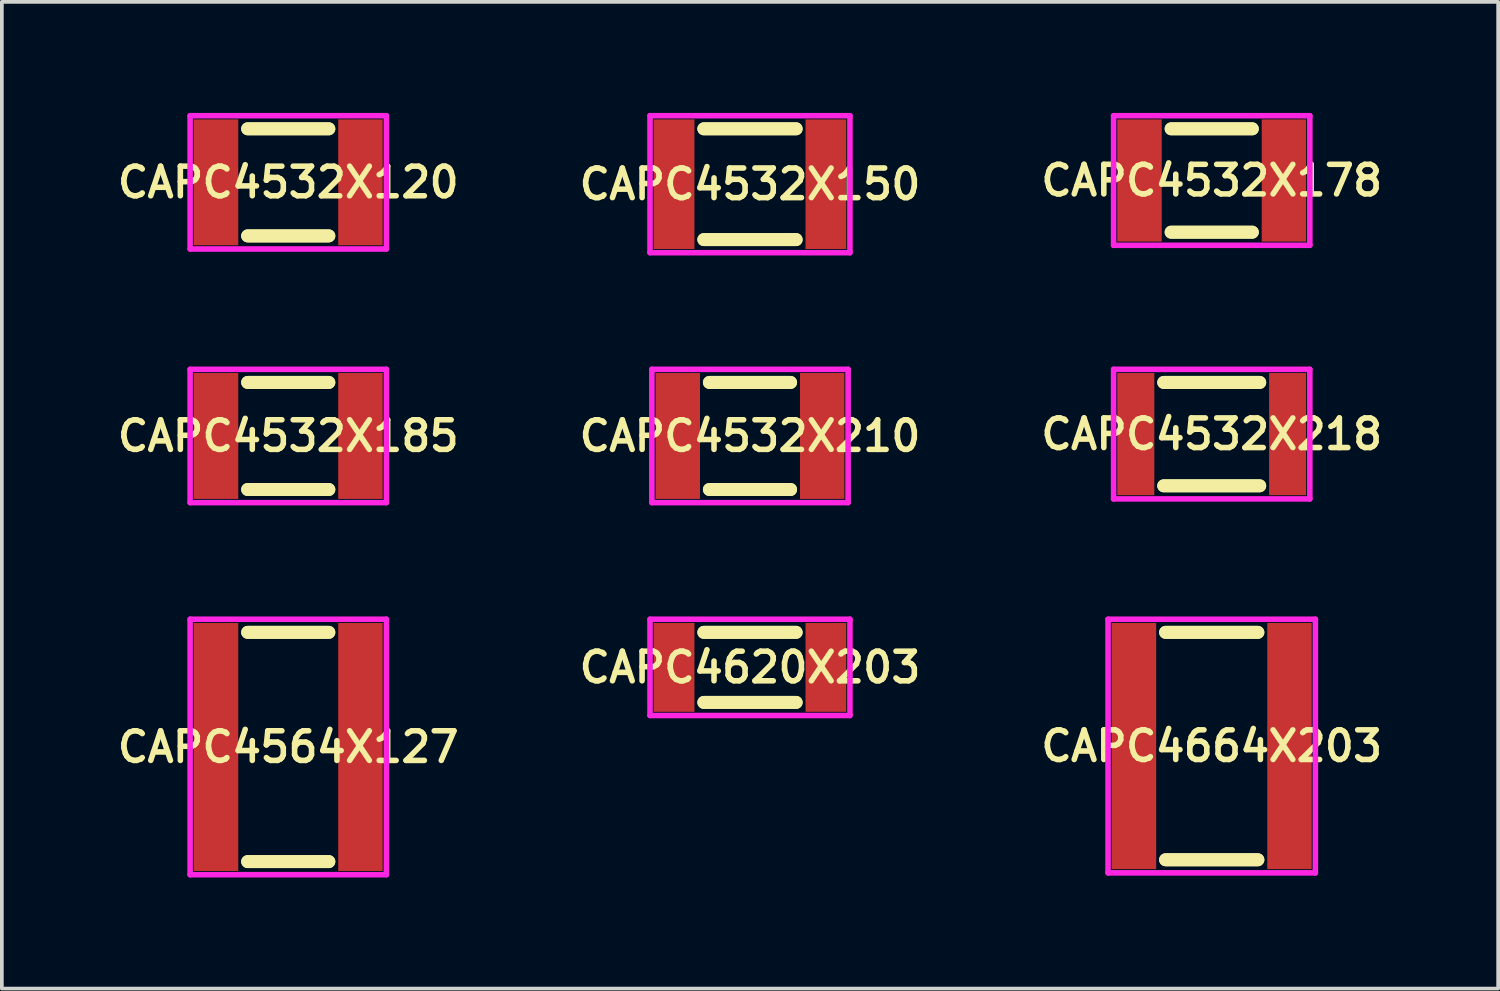
<source format=kicad_pcb>
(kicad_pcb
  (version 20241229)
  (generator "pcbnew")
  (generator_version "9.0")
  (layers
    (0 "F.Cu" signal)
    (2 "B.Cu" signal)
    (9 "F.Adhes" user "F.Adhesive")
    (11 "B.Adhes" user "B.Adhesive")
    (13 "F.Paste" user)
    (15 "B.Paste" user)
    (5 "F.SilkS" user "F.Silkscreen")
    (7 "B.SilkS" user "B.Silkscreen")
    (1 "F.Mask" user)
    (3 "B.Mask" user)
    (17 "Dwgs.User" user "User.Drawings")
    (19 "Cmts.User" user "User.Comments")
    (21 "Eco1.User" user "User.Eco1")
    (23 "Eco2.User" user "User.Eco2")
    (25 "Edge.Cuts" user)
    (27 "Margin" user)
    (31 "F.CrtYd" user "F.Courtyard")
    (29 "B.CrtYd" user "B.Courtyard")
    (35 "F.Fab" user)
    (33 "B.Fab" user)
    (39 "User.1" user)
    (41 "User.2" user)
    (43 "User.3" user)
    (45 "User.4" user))
  (footprint "CAPC4664X203"
    (layer "F.Cu")
    (at 29.677 17.1)
    (property "Reference" "CAPC4664X203" (at 0 0 0) (layer "F.SilkS") (effects (font (size 0.8 0.8) (thickness 0.15))))
    (attr through_hole)
    (fp_line (start -1.246 -3.071) (end 1.246 -3.071) (stroke (width 0.35) (type solid)) (layer "F.SilkS"))
    (fp_line (start -1.246 3.071) (end 1.246 3.071) (stroke (width 0.35) (type solid)) (layer "F.SilkS"))
    (fp_line (start 1.246 -3.071) (end -1.246 -3.071) (stroke (width 0.35) (type solid)) (layer "F.SilkS"))
    (fp_line (start 1.246 3.071) (end -1.246 3.071) (stroke (width 0.35) (type solid)) (layer "F.SilkS"))
    (fp_line (start -2.8 -3.425) (end 2.8 -3.425) (stroke (width 0.15) (type solid)) (layer "F.CrtYd"))
    (fp_line (start -2.8 3.425) (end -2.8 -3.425) (stroke (width 0.15) (type solid)) (layer "F.CrtYd"))
    (fp_line (start 2.8 -3.425) (end 2.8 3.425) (stroke (width 0.15) (type solid)) (layer "F.CrtYd"))
    (fp_line (start 2.8 3.425) (end -2.8 3.425) (stroke (width 0.15) (type solid)) (layer "F.CrtYd"))
    (pad "1" smd rect (at -2.1 0) (size 1.2 6.65) (layers "F.Cu" "F.Mask" "F.Paste"))
    (pad "2" smd rect (at 2.1 0) (size 1.2 6.65) (layers "F.Cu" "F.Mask" "F.Paste")))
  (footprint "CAPC4532X150"
    (layer "F.Cu")
    (at 17.206 1.925)
    (property "Reference" "CAPC4532X150" (at 0 0 0) (layer "F.SilkS") (effects (font (size 0.8 0.8) (thickness 0.15))))
    (attr smd)
    (fp_line (start -1.246 -1.496) (end 1.246 -1.496) (stroke (width 0.35) (type solid)) (layer "F.SilkS"))
    (fp_line (start -1.246 1.496) (end 1.246 1.496) (stroke (width 0.35) (type solid)) (layer "F.SilkS"))
    (fp_line (start 1.246 -1.496) (end -1.246 -1.496) (stroke (width 0.35) (type solid)) (layer "F.SilkS"))
    (fp_line (start 1.246 1.496) (end -1.246 1.496) (stroke (width 0.35) (type solid)) (layer "F.SilkS"))
    (fp_line (start -2.7 -1.85) (end 2.7 -1.85) (stroke (width 0.15) (type solid)) (layer "F.CrtYd"))
    (fp_line (start -2.7 1.85) (end -2.7 -1.85) (stroke (width 0.15) (type solid)) (layer "F.CrtYd"))
    (fp_line (start 2.7 -1.85) (end 2.7 1.85) (stroke (width 0.15) (type solid)) (layer "F.CrtYd"))
    (fp_line (start 2.7 1.85) (end -2.7 1.85) (stroke (width 0.15) (type solid)) (layer "F.CrtYd"))
    (pad "1" smd rect (at -2.05 0) (size 1.1 3.5) (layers "F.Cu" "F.Mask" "F.Paste"))
    (pad "2" smd rect (at 2.05 0) (size 1.1 3.5) (layers "F.Cu" "F.Mask" "F.Paste")))
  (footprint "CAPC4532X120"
    (layer "F.Cu")
    (at 4.735 1.875)
    (property "Reference" "CAPC4532X120" (at 0 0 0) (layer "F.SilkS") (effects (font (size 0.8 0.8) (thickness 0.15))))
    (attr smd)
    (fp_line (start -1.096 -1.446) (end 1.096 -1.446) (stroke (width 0.35) (type solid)) (layer "F.SilkS"))
    (fp_line (start -1.096 1.446) (end 1.096 1.446) (stroke (width 0.35) (type solid)) (layer "F.SilkS"))
    (fp_line (start 1.096 -1.446) (end -1.096 -1.446) (stroke (width 0.35) (type solid)) (layer "F.SilkS"))
    (fp_line (start 1.096 1.446) (end -1.096 1.446) (stroke (width 0.35) (type solid)) (layer "F.SilkS"))
    (fp_line (start -2.65 -1.8) (end 2.65 -1.8) (stroke (width 0.15) (type solid)) (layer "F.CrtYd"))
    (fp_line (start -2.65 1.8) (end -2.65 -1.8) (stroke (width 0.15) (type solid)) (layer "F.CrtYd"))
    (fp_line (start 2.65 -1.8) (end 2.65 1.8) (stroke (width 0.15) (type solid)) (layer "F.CrtYd"))
    (fp_line (start 2.65 1.8) (end -2.65 1.8) (stroke (width 0.15) (type solid)) (layer "F.CrtYd"))
    (pad "1" smd rect (at -1.95 0) (size 1.2 3.4) (layers "F.Cu" "F.Mask" "F.Paste"))
    (pad "2" smd rect (at 1.95 0) (size 1.2 3.4) (layers "F.Cu" "F.Mask" "F.Paste")))
  (footprint "CAPC4564X127"
    (layer "F.Cu")
    (at 4.735 17.125)
    (property "Reference" "CAPC4564X127" (at 0 0 0) (layer "F.SilkS") (effects (font (size 0.8 0.8) (thickness 0.15))))
    (attr through_hole)
    (fp_line (start -1.096 -3.096) (end 1.096 -3.096) (stroke (width 0.35) (type solid)) (layer "F.SilkS"))
    (fp_line (start -1.096 3.096) (end 1.096 3.096) (stroke (width 0.35) (type solid)) (layer "F.SilkS"))
    (fp_line (start 1.096 -3.096) (end -1.096 -3.096) (stroke (width 0.35) (type solid)) (layer "F.SilkS"))
    (fp_line (start 1.096 3.096) (end -1.096 3.096) (stroke (width 0.35) (type solid)) (layer "F.SilkS"))
    (fp_line (start -2.65 -3.45) (end 2.65 -3.45) (stroke (width 0.15) (type solid)) (layer "F.CrtYd"))
    (fp_line (start -2.65 3.45) (end -2.65 -3.45) (stroke (width 0.15) (type solid)) (layer "F.CrtYd"))
    (fp_line (start 2.65 -3.45) (end 2.65 3.45) (stroke (width 0.15) (type solid)) (layer "F.CrtYd"))
    (fp_line (start 2.65 3.45) (end -2.65 3.45) (stroke (width 0.15) (type solid)) (layer "F.CrtYd"))
    (pad "1" smd rect (at -1.95 0) (size 1.2 6.7) (layers "F.Cu" "F.Mask" "F.Paste"))
    (pad "2" smd rect (at 1.95 0) (size 1.2 6.7) (layers "F.Cu" "F.Mask" "F.Paste")))
  (footprint "CAPC4620X203"
    (layer "F.Cu")
    (at 17.206 14.975)
    (property "Reference" "CAPC4620X203" (at 0 0 0) (layer "F.SilkS") (effects (font (size 0.8 0.8) (thickness 0.15))))
    (attr smd)
    (fp_line (start -1.246 -0.946) (end 1.246 -0.946) (stroke (width 0.35) (type solid)) (layer "F.SilkS"))
    (fp_line (start -1.246 0.946) (end 1.246 0.946) (stroke (width 0.35) (type solid)) (layer "F.SilkS"))
    (fp_line (start 1.246 -0.946) (end -1.246 -0.946) (stroke (width 0.35) (type solid)) (layer "F.SilkS"))
    (fp_line (start 1.246 0.946) (end -1.246 0.946) (stroke (width 0.35) (type solid)) (layer "F.SilkS"))
    (fp_line (start -2.7 -1.3) (end 2.7 -1.3) (stroke (width 0.15) (type solid)) (layer "F.CrtYd"))
    (fp_line (start -2.7 1.3) (end -2.7 -1.3) (stroke (width 0.15) (type solid)) (layer "F.CrtYd"))
    (fp_line (start 2.7 -1.3) (end 2.7 1.3) (stroke (width 0.15) (type solid)) (layer "F.CrtYd"))
    (fp_line (start 2.7 1.3) (end -2.7 1.3) (stroke (width 0.15) (type solid)) (layer "F.CrtYd"))
    (pad "1" smd rect (at -2.05 0) (size 1.1 2.4) (layers "F.Cu" "F.Mask" "F.Paste"))
    (pad "2" smd rect (at 2.05 0) (size 1.1 2.4) (layers "F.Cu" "F.Mask" "F.Paste")))
  (footprint "CAPC4532X178"
    (layer "F.Cu")
    (at 29.677 1.825)
    (property "Reference" "CAPC4532X178" (at 0 0 0) (layer "F.SilkS") (effects (font (size 0.8 0.8) (thickness 0.15))))
    (attr through_hole)
    (fp_line (start -1.096 -1.396) (end 1.096 -1.396) (stroke (width 0.35) (type solid)) (layer "F.SilkS"))
    (fp_line (start -1.096 1.396) (end 1.096 1.396) (stroke (width 0.35) (type solid)) (layer "F.SilkS"))
    (fp_line (start 1.096 -1.396) (end -1.096 -1.396) (stroke (width 0.35) (type solid)) (layer "F.SilkS"))
    (fp_line (start 1.096 1.396) (end -1.096 1.396) (stroke (width 0.35) (type solid)) (layer "F.SilkS"))
    (fp_line (start -2.65 -1.75) (end 2.65 -1.75) (stroke (width 0.15) (type solid)) (layer "F.CrtYd"))
    (fp_line (start -2.65 1.75) (end -2.65 -1.75) (stroke (width 0.15) (type solid)) (layer "F.CrtYd"))
    (fp_line (start 2.65 -1.75) (end 2.65 1.75) (stroke (width 0.15) (type solid)) (layer "F.CrtYd"))
    (fp_line (start 2.65 1.75) (end -2.65 1.75) (stroke (width 0.15) (type solid)) (layer "F.CrtYd"))
    (pad "1" smd rect (at -1.95 0) (size 1.2 3.3) (layers "F.Cu" "F.Mask" "F.Paste"))
    (pad "2" smd rect (at 1.95 0) (size 1.2 3.3) (layers "F.Cu" "F.Mask" "F.Paste")))
  (footprint "CAPC4532X185"
    (layer "F.Cu")
    (at 4.735 8.725)
    (property "Reference" "CAPC4532X185" (at 0 0 0) (layer "F.SilkS") (effects (font (size 0.8 0.8) (thickness 0.15))))
    (attr smd)
    (fp_line (start -1.096 -1.446) (end 1.096 -1.446) (stroke (width 0.35) (type solid)) (layer "F.SilkS"))
    (fp_line (start -1.096 1.446) (end 1.096 1.446) (stroke (width 0.35) (type solid)) (layer "F.SilkS"))
    (fp_line (start 1.096 -1.446) (end -1.096 -1.446) (stroke (width 0.35) (type solid)) (layer "F.SilkS"))
    (fp_line (start 1.096 1.446) (end -1.096 1.446) (stroke (width 0.35) (type solid)) (layer "F.SilkS"))
    (fp_line (start -2.65 -1.8) (end 2.65 -1.8) (stroke (width 0.15) (type solid)) (layer "F.CrtYd"))
    (fp_line (start -2.65 1.8) (end -2.65 -1.8) (stroke (width 0.15) (type solid)) (layer "F.CrtYd"))
    (fp_line (start 2.65 -1.8) (end 2.65 1.8) (stroke (width 0.15) (type solid)) (layer "F.CrtYd"))
    (fp_line (start 2.65 1.8) (end -2.65 1.8) (stroke (width 0.15) (type solid)) (layer "F.CrtYd"))
    (pad "1" smd rect (at -1.95 0) (size 1.2 3.4) (layers "F.Cu" "F.Mask" "F.Paste"))
    (pad "2" smd rect (at 1.95 0) (size 1.2 3.4) (layers "F.Cu" "F.Mask" "F.Paste")))
  (footprint "CAPC4532X210"
    (layer "F.Cu")
    (at 17.206 8.725)
    (property "Reference" "CAPC4532X210" (at 0 0 0) (layer "F.SilkS") (effects (font (size 0.8 0.8) (thickness 0.15))))
    (attr through_hole)
    (fp_line (start -1.096 -1.446) (end 1.096 -1.446) (stroke (width 0.35) (type solid)) (layer "F.SilkS"))
    (fp_line (start -1.096 1.446) (end 1.096 1.446) (stroke (width 0.35) (type solid)) (layer "F.SilkS"))
    (fp_line (start 1.096 -1.446) (end -1.096 -1.446) (stroke (width 0.35) (type solid)) (layer "F.SilkS"))
    (fp_line (start 1.096 1.446) (end -1.096 1.446) (stroke (width 0.35) (type solid)) (layer "F.SilkS"))
    (fp_line (start -2.65 -1.8) (end 2.65 -1.8) (stroke (width 0.15) (type solid)) (layer "F.CrtYd"))
    (fp_line (start -2.65 1.8) (end -2.65 -1.8) (stroke (width 0.15) (type solid)) (layer "F.CrtYd"))
    (fp_line (start 2.65 -1.8) (end 2.65 1.8) (stroke (width 0.15) (type solid)) (layer "F.CrtYd"))
    (fp_line (start 2.65 1.8) (end -2.65 1.8) (stroke (width 0.15) (type solid)) (layer "F.CrtYd"))
    (pad "1" smd rect (at -1.95 0) (size 1.2 3.4) (layers "F.Cu" "F.Mask" "F.Paste"))
    (pad "2" smd rect (at 1.95 0) (size 1.2 3.4) (layers "F.Cu" "F.Mask" "F.Paste")))
  (footprint "CAPC4532X218"
    (layer "F.Cu")
    (at 29.677 8.675)
    (property "Reference" "CAPC4532X218" (at 0 0 0) (layer "F.SilkS") (effects (font (size 0.8 0.8) (thickness 0.15))))
    (attr smd)
    (fp_line (start -1.296 -1.396) (end 1.296 -1.396) (stroke (width 0.35) (type solid)) (layer "F.SilkS"))
    (fp_line (start -1.296 1.396) (end 1.296 1.396) (stroke (width 0.35) (type solid)) (layer "F.SilkS"))
    (fp_line (start 1.296 -1.396) (end -1.296 -1.396) (stroke (width 0.35) (type solid)) (layer "F.SilkS"))
    (fp_line (start 1.296 1.396) (end -1.296 1.396) (stroke (width 0.35) (type solid)) (layer "F.SilkS"))
    (fp_line (start -2.65 -1.75) (end 2.65 -1.75) (stroke (width 0.15) (type solid)) (layer "F.CrtYd"))
    (fp_line (start -2.65 1.75) (end -2.65 -1.75) (stroke (width 0.15) (type solid)) (layer "F.CrtYd"))
    (fp_line (start 2.65 -1.75) (end 2.65 1.75) (stroke (width 0.15) (type solid)) (layer "F.CrtYd"))
    (fp_line (start 2.65 1.75) (end -2.65 1.75) (stroke (width 0.15) (type solid)) (layer "F.CrtYd"))
    (pad "1" smd rect (at -2.05 0) (size 1 3.3) (layers "F.Cu" "F.Mask" "F.Paste"))
    (pad "2" smd rect (at 2.05 0) (size 1 3.3) (layers "F.Cu" "F.Mask" "F.Paste")))
  (gr_rect
    (start -3 -3)
    (end 37.413 23.65)
    (stroke (width 0.1) (type default))
    (fill no)
    (layer "Edge.Cuts")))
</source>
